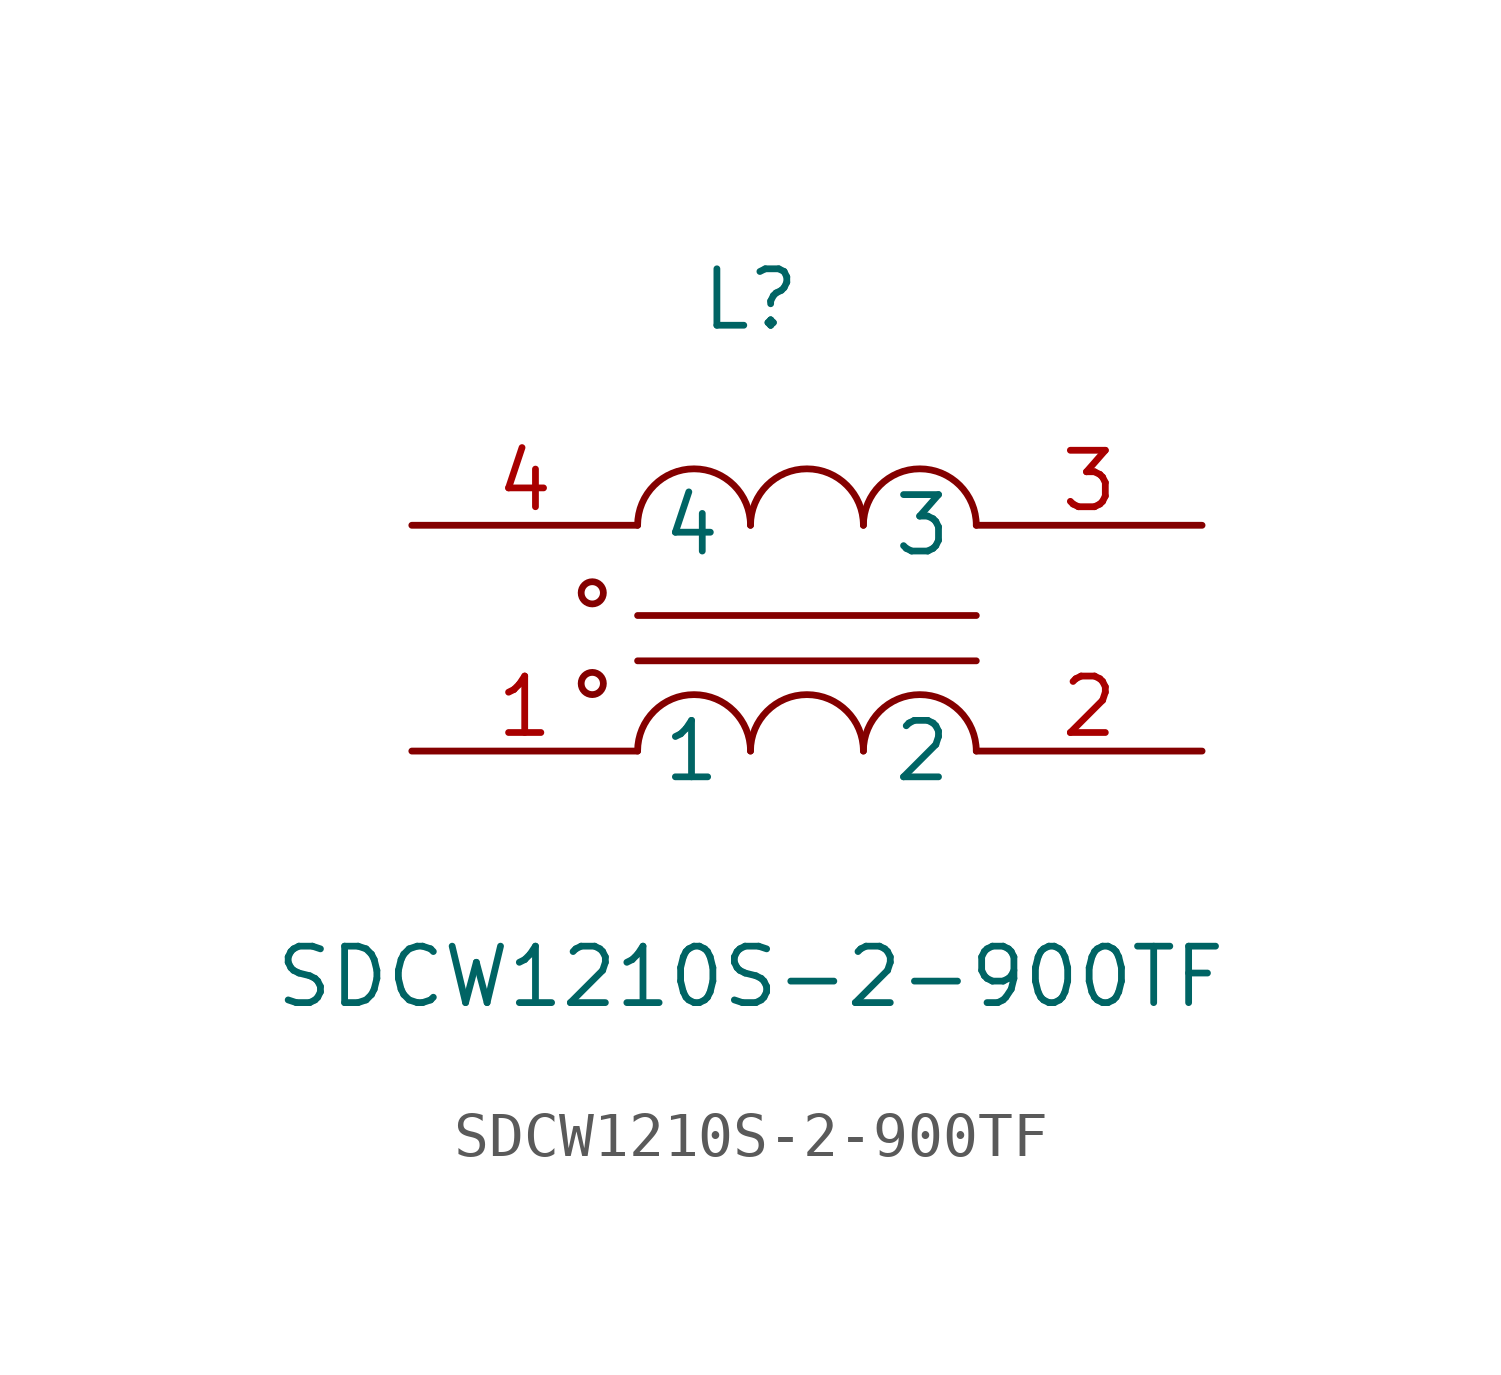
<source format=kicad_sym>
(kicad_symbol_lib
  (version 20211014)
  (generator https://github.com/uPesy/easyeda2kicad.py)
  (symbol "SDCW1210S-2-900TF"
    (property "Reference" "L"
      (at 0 7.62 0)
      (effects (font (size 1.27 1.27))))
    (property "Value" "SDCW1210S-2-900TF"
      (at 0 -7.62 0)
      (effects (font (size 1.27 1.27))))
    (symbol "SDCW1210S-2-900TF_0_1"
      (circle (center -3.56 -1.02) (radius 0.25) (stroke (width 0) (type default) (color 0 0 0 0)) (fill (type none)))
      (circle (center -3.56 1.02) (radius 0.25) (stroke (width 0) (type default) (color 0 0 0 0)) (fill (type none)))
      (arc (start 0.00 2.54) (mid -1.00 3.78) (end -2.54 2.54) (stroke (width 0) (type default) (color 0 0 0 0)) (fill (type none)))
      (arc (start 2.54 2.54) (mid 1.54 3.78) (end 0.00 2.54) (stroke (width 0) (type default) (color 0 0 0 0)) (fill (type none)))
      (arc (start 5.08 2.54) (mid 4.08 3.78) (end 2.54 2.54) (stroke (width 0) (type default) (color 0 0 0 0)) (fill (type none)))
      (arc (start 2.54 -2.54) (mid 4.08 -1.30) (end 5.08 -2.54) (stroke (width 0) (type default) (color 0 0 0 0)) (fill (type none)))
      (arc (start 0.00 -2.54) (mid 1.54 -1.30) (end 2.54 -2.54) (stroke (width 0) (type default) (color 0 0 0 0)) (fill (type none)))
      (arc (start -2.54 -2.54) (mid -1.00 -1.30) (end 0.00 -2.54) (stroke (width 0) (type default) (color 0 0 0 0)) (fill (type none)))
      (polyline (pts (xy -2.54 -0.51) (xy 5.08 -0.51)) (stroke (width 0) (type default) (color 0 0 0 0)) (fill (type none)))
      (polyline (pts (xy -2.54 0.51) (xy 5.08 0.51)) (stroke (width 0) (type default) (color 0 0 0 0)) (fill (type none)))
      (pin unspecified line (at -7.62 2.54 0) (length 5.08) (name "4" (effects (font (size 1.27 1.27)))) (number "4" (effects (font (size 1.27 1.27)))))
      (pin unspecified line (at -7.62 -2.54 0) (length 5.08) (name "1" (effects (font (size 1.27 1.27)))) (number "1" (effects (font (size 1.27 1.27)))))
      (pin unspecified line (at 10.16 2.54 180) (length 5.08) (name "3" (effects (font (size 1.27 1.27)))) (number "3" (effects (font (size 1.27 1.27)))))
      (pin unspecified line (at 10.16 -2.54 180) (length 5.08) (name "2" (effects (font (size 1.27 1.27)))) (number "2" (effects (font (size 1.27 1.27))))))))
</source>
